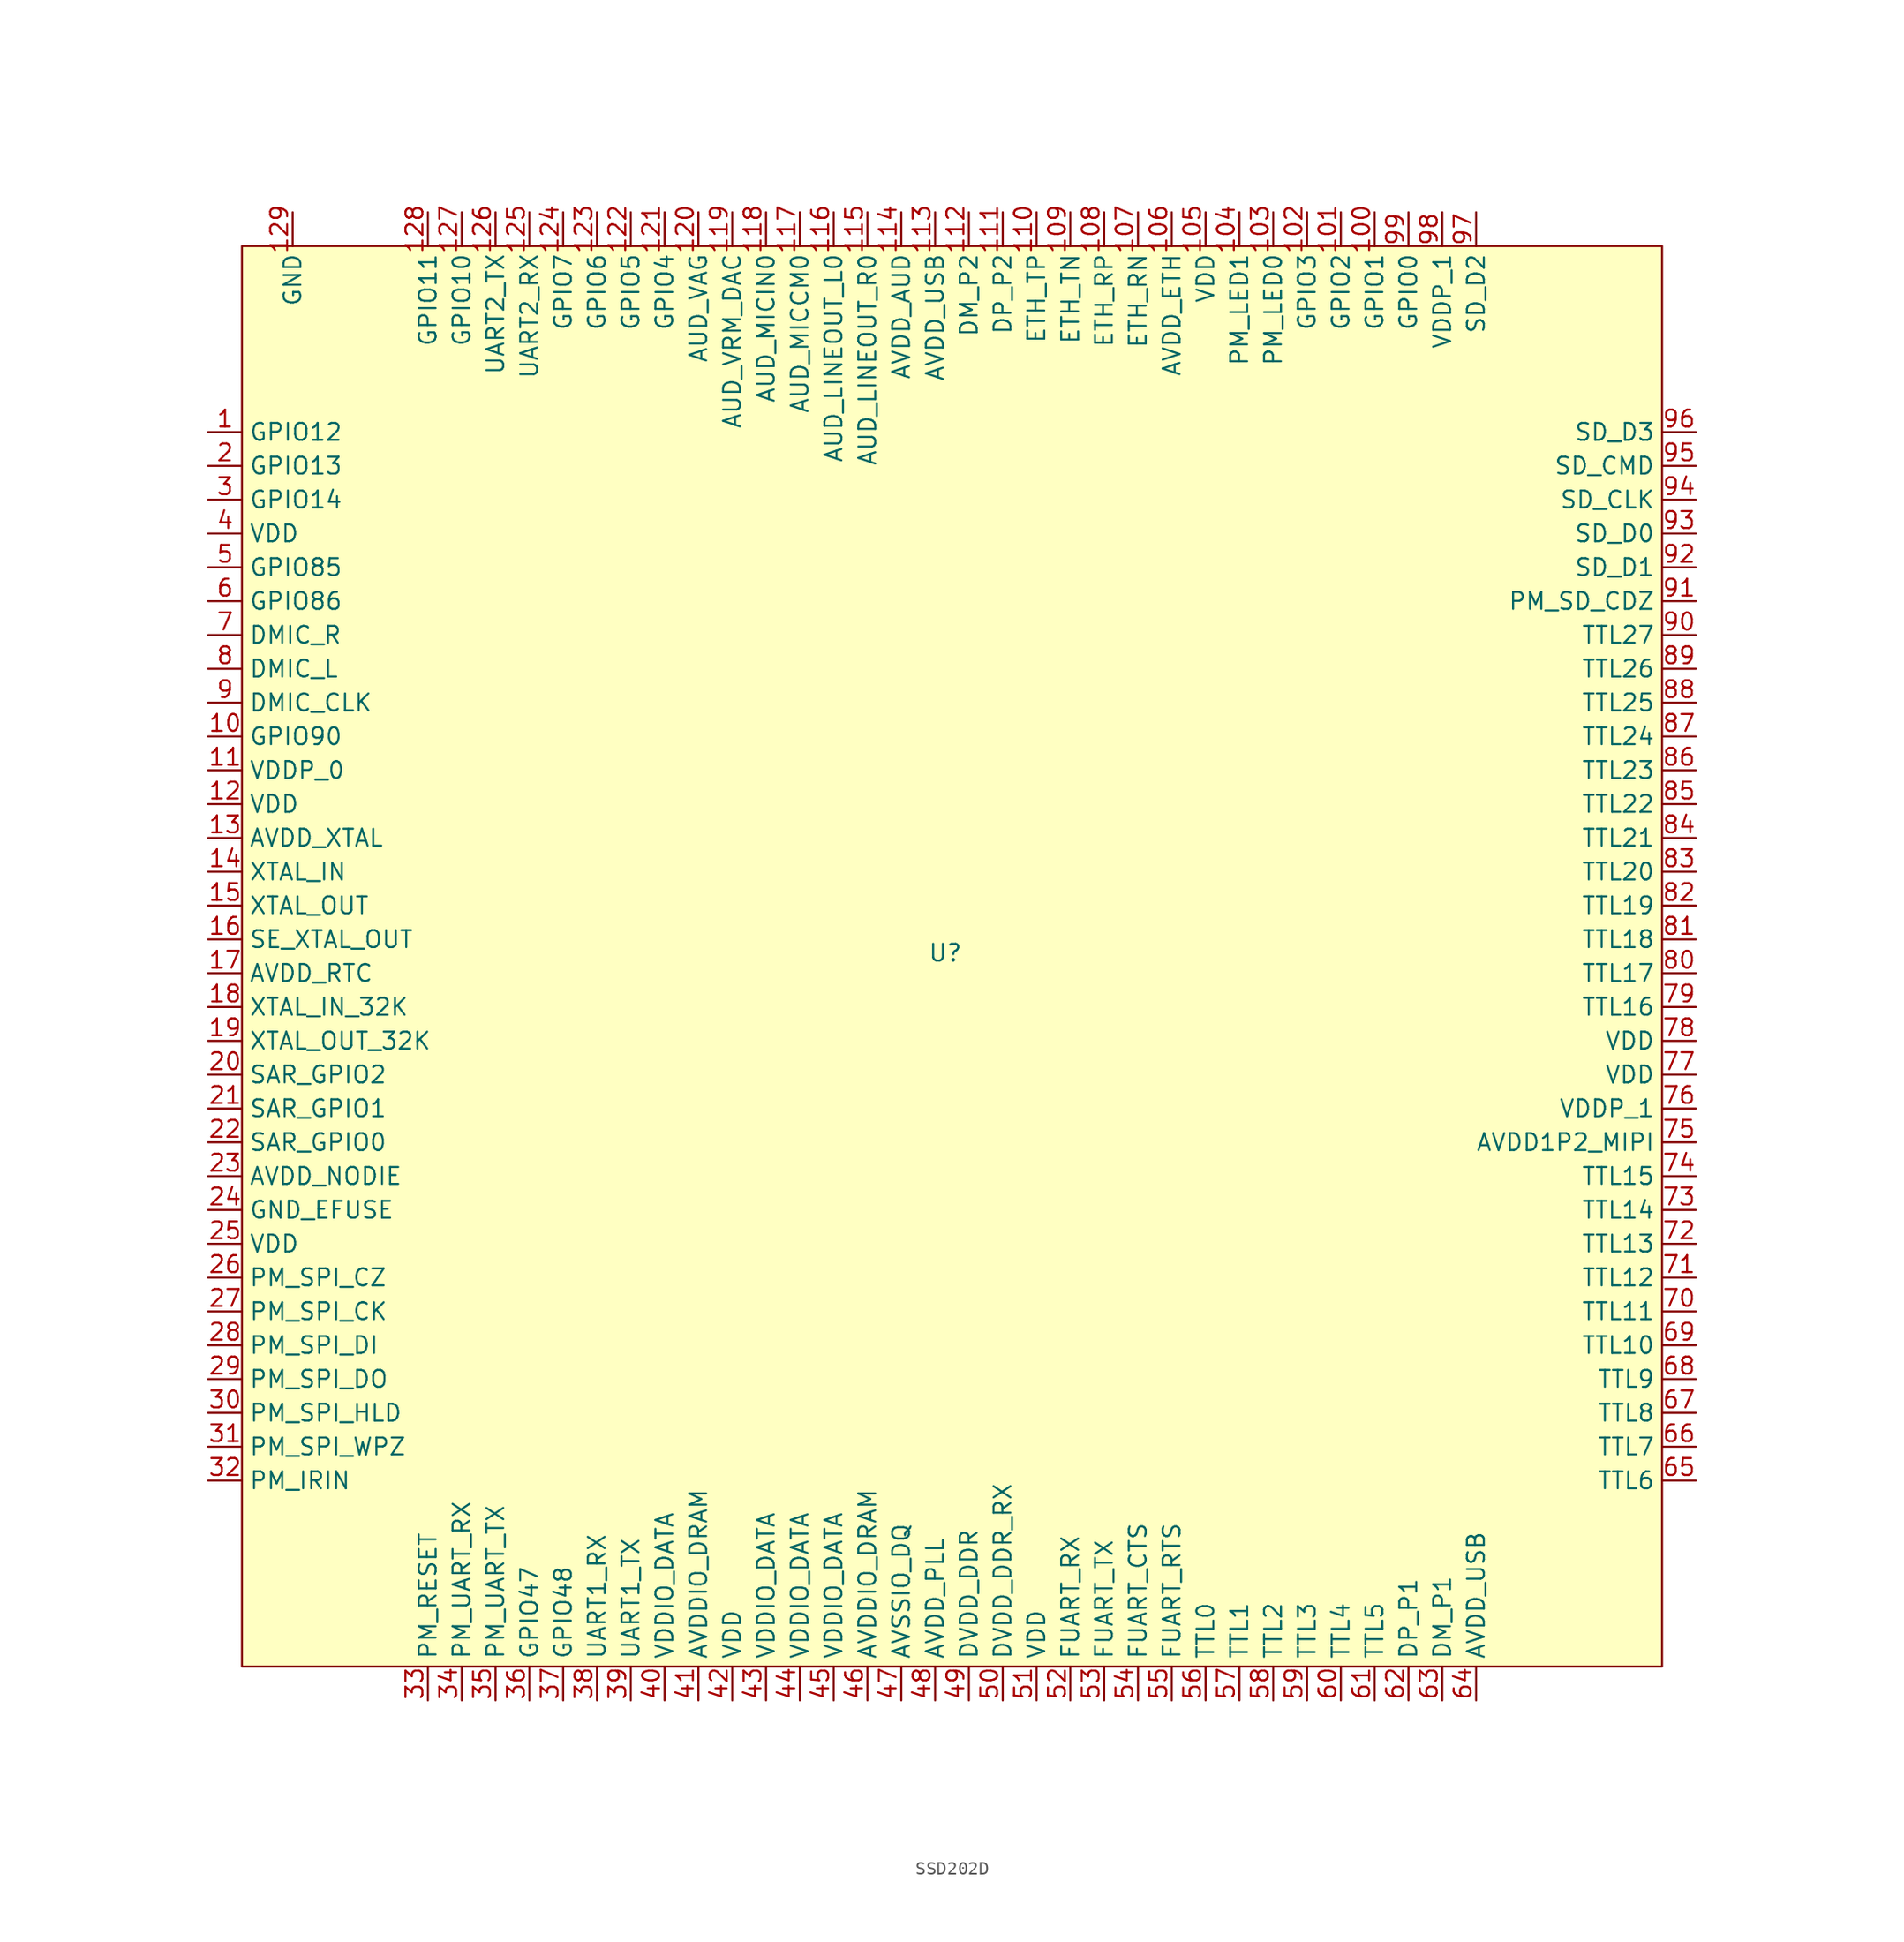
<source format=kicad_sym>
(kicad_symbol_lib
  (version 20231120)
  (generator "kicad_symbol_editor")
  (generator_version "8.0")
  (symbol "SSD202D"
    (property "Reference" "U"
      (at -0.508 0.254 0)
      (effects (font (size 1.27 1.27))))
    (property "Value" ""
      (at 0 0 0)
      (effects (font (size 1.27 1.27))))
    (symbol "SSD202D_1_1"
      (rectangle (start -53.34 53.34) (end 53.34 -53.34) (stroke (width 0) (type default)) (fill (type background)))
      (pin bidirectional line (at -55.88 39.37 0) (length 2.54) (name "GPIO12" (effects (font (size 1.27 1.27)))) (number "1" (effects (font (size 1.27 1.27)))))
      (pin bidirectional line (at -55.88 16.51 0) (length 2.54) (name "GPIO90" (effects (font (size 1.27 1.27)))) (number "10" (effects (font (size 1.27 1.27)))))
      (pin bidirectional line (at 31.75 55.88 270) (length 2.54) (name "GPIO1" (effects (font (size 1.27 1.27)))) (number "100" (effects (font (size 1.27 1.27)))))
      (pin bidirectional line (at 29.21 55.88 270) (length 2.54) (name "GPIO2" (effects (font (size 1.27 1.27)))) (number "101" (effects (font (size 1.27 1.27)))))
      (pin bidirectional line (at 26.67 55.88 270) (length 2.54) (name "GPIO3" (effects (font (size 1.27 1.27)))) (number "102" (effects (font (size 1.27 1.27)))))
      (pin output line (at 24.13 55.88 270) (length 2.54) (name "PM_LED0" (effects (font (size 1.27 1.27)))) (number "103" (effects (font (size 1.27 1.27)))))
      (pin output line (at 21.59 55.88 270) (length 2.54) (name "PM_LED1" (effects (font (size 1.27 1.27)))) (number "104" (effects (font (size 1.27 1.27)))))
      (pin power_in line (at 19.05 55.88 270) (length 2.54) (name "VDD" (effects (font (size 1.27 1.27)))) (number "105" (effects (font (size 1.27 1.27)))))
      (pin power_in line (at 16.51 55.88 270) (length 2.54) (name "AVDD_ETH" (effects (font (size 1.27 1.27)))) (number "106" (effects (font (size 1.27 1.27)))))
      (pin input line (at 13.97 55.88 270) (length 2.54) (name "ETH_RN" (effects (font (size 1.27 1.27)))) (number "107" (effects (font (size 1.27 1.27)))))
      (pin input line (at 11.43 55.88 270) (length 2.54) (name "ETH_RP" (effects (font (size 1.27 1.27)))) (number "108" (effects (font (size 1.27 1.27)))))
      (pin output line (at 8.89 55.88 270) (length 2.54) (name "ETH_TN" (effects (font (size 1.27 1.27)))) (number "109" (effects (font (size 1.27 1.27)))))
      (pin power_in line (at -55.88 13.97 0) (length 2.54) (name "VDDP_0" (effects (font (size 1.27 1.27)))) (number "11" (effects (font (size 1.27 1.27)))))
      (pin output line (at 6.35 55.88 270) (length 2.54) (name "ETH_TP" (effects (font (size 1.27 1.27)))) (number "110" (effects (font (size 1.27 1.27)))))
      (pin bidirectional line (at 3.81 55.88 270) (length 2.54) (name "DP_P2" (effects (font (size 1.27 1.27)))) (number "111" (effects (font (size 1.27 1.27)))))
      (pin bidirectional line (at 1.27 55.88 270) (length 2.54) (name "DM_P2" (effects (font (size 1.27 1.27)))) (number "112" (effects (font (size 1.27 1.27)))))
      (pin power_in line (at -1.27 55.88 270) (length 2.54) (name "AVDD_USB" (effects (font (size 1.27 1.27)))) (number "113" (effects (font (size 1.27 1.27)))))
      (pin power_in line (at -3.81 55.88 270) (length 2.54) (name "AVDD_AUD" (effects (font (size 1.27 1.27)))) (number "114" (effects (font (size 1.27 1.27)))))
      (pin output line (at -6.35 55.88 270) (length 2.54) (name "AUD_LINEOUT_R0" (effects (font (size 1.27 1.27)))) (number "115" (effects (font (size 1.27 1.27)))))
      (pin output line (at -8.89 55.88 270) (length 2.54) (name "AUD_LINEOUT_L0" (effects (font (size 1.27 1.27)))) (number "116" (effects (font (size 1.27 1.27)))))
      (pin input line (at -11.43 55.88 270) (length 2.54) (name "AUD_MICCM0" (effects (font (size 1.27 1.27)))) (number "117" (effects (font (size 1.27 1.27)))))
      (pin input line (at -13.97 55.88 270) (length 2.54) (name "AUD_MICIN0" (effects (font (size 1.27 1.27)))) (number "118" (effects (font (size 1.27 1.27)))))
      (pin input line (at -16.51 55.88 270) (length 2.54) (name "AUD_VRM_DAC" (effects (font (size 1.27 1.27)))) (number "119" (effects (font (size 1.27 1.27)))))
      (pin power_in line (at -55.88 11.43 0) (length 2.54) (name "VDD" (effects (font (size 1.27 1.27)))) (number "12" (effects (font (size 1.27 1.27)))))
      (pin output line (at -19.05 55.88 270) (length 2.54) (name "AUD_VAG" (effects (font (size 1.27 1.27)))) (number "120" (effects (font (size 1.27 1.27)))))
      (pin bidirectional line (at -21.59 55.88 270) (length 2.54) (name "GPIO4" (effects (font (size 1.27 1.27)))) (number "121" (effects (font (size 1.27 1.27)))))
      (pin bidirectional line (at -24.13 55.88 270) (length 2.54) (name "GPIO5" (effects (font (size 1.27 1.27)))) (number "122" (effects (font (size 1.27 1.27)))))
      (pin bidirectional line (at -26.67 55.88 270) (length 2.54) (name "GPIO6" (effects (font (size 1.27 1.27)))) (number "123" (effects (font (size 1.27 1.27)))))
      (pin bidirectional line (at -29.21 55.88 270) (length 2.54) (name "GPIO7" (effects (font (size 1.27 1.27)))) (number "124" (effects (font (size 1.27 1.27)))))
      (pin input line (at -31.75 55.88 270) (length 2.54) (name "UART2_RX" (effects (font (size 1.27 1.27)))) (number "125" (effects (font (size 1.27 1.27)))))
      (pin output line (at -34.29 55.88 270) (length 2.54) (name "UART2_TX" (effects (font (size 1.27 1.27)))) (number "126" (effects (font (size 1.27 1.27)))))
      (pin bidirectional line (at -36.83 55.88 270) (length 2.54) (name "GPIO10" (effects (font (size 1.27 1.27)))) (number "127" (effects (font (size 1.27 1.27)))))
      (pin bidirectional line (at -39.37 55.88 270) (length 2.54) (name "GPIO11" (effects (font (size 1.27 1.27)))) (number "128" (effects (font (size 1.27 1.27)))))
      (pin passive line (at -49.53 55.88 270) (length 2.54) (name "GND" (effects (font (size 1.27 1.27)))) (number "129" (effects (font (size 1.27 1.27)))))
      (pin power_in line (at -55.88 8.89 0) (length 2.54) (name "AVDD_XTAL" (effects (font (size 1.27 1.27)))) (number "13" (effects (font (size 1.27 1.27)))))
      (pin input line (at -55.88 6.35 0) (length 2.54) (name "XTAL_IN" (effects (font (size 1.27 1.27)))) (number "14" (effects (font (size 1.27 1.27)))))
      (pin output line (at -55.88 3.81 0) (length 2.54) (name "XTAL_OUT" (effects (font (size 1.27 1.27)))) (number "15" (effects (font (size 1.27 1.27)))))
      (pin output line (at -55.88 1.27 0) (length 2.54) (name "SE_XTAL_OUT" (effects (font (size 1.27 1.27)))) (number "16" (effects (font (size 1.27 1.27)))))
      (pin power_in line (at -55.88 -1.27 0) (length 2.54) (name "AVDD_RTC" (effects (font (size 1.27 1.27)))) (number "17" (effects (font (size 1.27 1.27)))))
      (pin input line (at -55.88 -3.81 0) (length 2.54) (name "XTAL_IN_32K" (effects (font (size 1.27 1.27)))) (number "18" (effects (font (size 1.27 1.27)))))
      (pin output line (at -55.88 -6.35 0) (length 2.54) (name "XTAL_OUT_32K" (effects (font (size 1.27 1.27)))) (number "19" (effects (font (size 1.27 1.27)))))
      (pin bidirectional line (at -55.88 36.83 0) (length 2.54) (name "GPIO13" (effects (font (size 1.27 1.27)))) (number "2" (effects (font (size 1.27 1.27)))))
      (pin input line (at -55.88 -8.89 0) (length 2.54) (name "SAR_GPIO2" (effects (font (size 1.27 1.27)))) (number "20" (effects (font (size 1.27 1.27)))))
      (pin input line (at -55.88 -11.43 0) (length 2.54) (name "SAR_GPIO1" (effects (font (size 1.27 1.27)))) (number "21" (effects (font (size 1.27 1.27)))))
      (pin input line (at -55.88 -13.97 0) (length 2.54) (name "SAR_GPIO0" (effects (font (size 1.27 1.27)))) (number "22" (effects (font (size 1.27 1.27)))))
      (pin power_in line (at -55.88 -16.51 0) (length 2.54) (name "AVDD_NODIE" (effects (font (size 1.27 1.27)))) (number "23" (effects (font (size 1.27 1.27)))))
      (pin input line (at -55.88 -19.05 0) (length 2.54) (name "GND_EFUSE" (effects (font (size 1.27 1.27)))) (number "24" (effects (font (size 1.27 1.27)))))
      (pin power_in line (at -55.88 -21.59 0) (length 2.54) (name "VDD" (effects (font (size 1.27 1.27)))) (number "25" (effects (font (size 1.27 1.27)))))
      (pin output line (at -55.88 -24.13 0) (length 2.54) (name "PM_SPI_CZ" (effects (font (size 1.27 1.27)))) (number "26" (effects (font (size 1.27 1.27)))))
      (pin output line (at -55.88 -26.67 0) (length 2.54) (name "PM_SPI_CK" (effects (font (size 1.27 1.27)))) (number "27" (effects (font (size 1.27 1.27)))))
      (pin output line (at -55.88 -29.21 0) (length 2.54) (name "PM_SPI_DI" (effects (font (size 1.27 1.27)))) (number "28" (effects (font (size 1.27 1.27)))))
      (pin input line (at -55.88 -31.75 0) (length 2.54) (name "PM_SPI_DO" (effects (font (size 1.27 1.27)))) (number "29" (effects (font (size 1.27 1.27)))))
      (pin bidirectional line (at -55.88 34.29 0) (length 2.54) (name "GPIO14" (effects (font (size 1.27 1.27)))) (number "3" (effects (font (size 1.27 1.27)))))
      (pin output line (at -55.88 -34.29 0) (length 2.54) (name "PM_SPI_HLD" (effects (font (size 1.27 1.27)))) (number "30" (effects (font (size 1.27 1.27)))))
      (pin output line (at -55.88 -36.83 0) (length 2.54) (name "PM_SPI_WPZ" (effects (font (size 1.27 1.27)))) (number "31" (effects (font (size 1.27 1.27)))))
      (pin input line (at -55.88 -39.37 0) (length 2.54) (name "PM_IRIN" (effects (font (size 1.27 1.27)))) (number "32" (effects (font (size 1.27 1.27)))))
      (pin input line (at -39.37 -55.88 90) (length 2.54) (name "PM_RESET" (effects (font (size 1.27 1.27)))) (number "33" (effects (font (size 1.27 1.27)))))
      (pin input line (at -36.83 -55.88 90) (length 2.54) (name "PM_UART_RX" (effects (font (size 1.27 1.27)))) (number "34" (effects (font (size 1.27 1.27)))))
      (pin output line (at -34.29 -55.88 90) (length 2.54) (name "PM_UART_TX" (effects (font (size 1.27 1.27)))) (number "35" (effects (font (size 1.27 1.27)))))
      (pin bidirectional line (at -31.75 -55.88 90) (length 2.54) (name "GPIO47" (effects (font (size 1.27 1.27)))) (number "36" (effects (font (size 1.27 1.27)))))
      (pin bidirectional line (at -29.21 -55.88 90) (length 2.54) (name "GPIO48" (effects (font (size 1.27 1.27)))) (number "37" (effects (font (size 1.27 1.27)))))
      (pin input line (at -26.67 -55.88 90) (length 2.54) (name "UART1_RX" (effects (font (size 1.27 1.27)))) (number "38" (effects (font (size 1.27 1.27)))))
      (pin output line (at -24.13 -55.88 90) (length 2.54) (name "UART1_TX" (effects (font (size 1.27 1.27)))) (number "39" (effects (font (size 1.27 1.27)))))
      (pin power_in line (at -55.88 31.75 0) (length 2.54) (name "VDD" (effects (font (size 1.27 1.27)))) (number "4" (effects (font (size 1.27 1.27)))))
      (pin power_in line (at -21.59 -55.88 90) (length 2.54) (name "VDDIO_DATA" (effects (font (size 1.27 1.27)))) (number "40" (effects (font (size 1.27 1.27)))))
      (pin power_in line (at -19.05 -55.88 90) (length 2.54) (name "AVDDIO_DRAM" (effects (font (size 1.27 1.27)))) (number "41" (effects (font (size 1.27 1.27)))))
      (pin power_in line (at -16.51 -55.88 90) (length 2.54) (name "VDD" (effects (font (size 1.27 1.27)))) (number "42" (effects (font (size 1.27 1.27)))))
      (pin power_in line (at -13.97 -55.88 90) (length 2.54) (name "VDDIO_DATA" (effects (font (size 1.27 1.27)))) (number "43" (effects (font (size 1.27 1.27)))))
      (pin power_in line (at -11.43 -55.88 90) (length 2.54) (name "VDDIO_DATA" (effects (font (size 1.27 1.27)))) (number "44" (effects (font (size 1.27 1.27)))))
      (pin power_in line (at -8.89 -55.88 90) (length 2.54) (name "VDDIO_DATA" (effects (font (size 1.27 1.27)))) (number "45" (effects (font (size 1.27 1.27)))))
      (pin power_in line (at -6.35 -55.88 90) (length 2.54) (name "AVDDIO_DRAM" (effects (font (size 1.27 1.27)))) (number "46" (effects (font (size 1.27 1.27)))))
      (pin passive line (at -3.81 -55.88 90) (length 2.54) (name "AVSSIO_DQ" (effects (font (size 1.27 1.27)))) (number "47" (effects (font (size 1.27 1.27)))))
      (pin power_in line (at -1.27 -55.88 90) (length 2.54) (name "AVDD_PLL" (effects (font (size 1.27 1.27)))) (number "48" (effects (font (size 1.27 1.27)))))
      (pin power_in line (at 1.27 -55.88 90) (length 2.54) (name "DVDD_DDR" (effects (font (size 1.27 1.27)))) (number "49" (effects (font (size 1.27 1.27)))))
      (pin bidirectional line (at -55.88 29.21 0) (length 2.54) (name "GPIO85" (effects (font (size 1.27 1.27)))) (number "5" (effects (font (size 1.27 1.27)))))
      (pin power_out line (at 3.81 -55.88 90) (length 2.54) (name "DVDD_DDR_RX" (effects (font (size 1.27 1.27)))) (number "50" (effects (font (size 1.27 1.27)))))
      (pin power_in line (at 6.35 -55.88 90) (length 2.54) (name "VDD" (effects (font (size 1.27 1.27)))) (number "51" (effects (font (size 1.27 1.27)))))
      (pin input line (at 8.89 -55.88 90) (length 2.54) (name "FUART_RX" (effects (font (size 1.27 1.27)))) (number "52" (effects (font (size 1.27 1.27)))))
      (pin output line (at 11.43 -55.88 90) (length 2.54) (name "FUART_TX" (effects (font (size 1.27 1.27)))) (number "53" (effects (font (size 1.27 1.27)))))
      (pin input line (at 13.97 -55.88 90) (length 2.54) (name "FUART_CTS" (effects (font (size 1.27 1.27)))) (number "54" (effects (font (size 1.27 1.27)))))
      (pin output line (at 16.51 -55.88 90) (length 2.54) (name "FUART_RTS" (effects (font (size 1.27 1.27)))) (number "55" (effects (font (size 1.27 1.27)))))
      (pin output line (at 19.05 -55.88 90) (length 2.54) (name "TTL0" (effects (font (size 1.27 1.27)))) (number "56" (effects (font (size 1.27 1.27)))))
      (pin output line (at 21.59 -55.88 90) (length 2.54) (name "TTL1" (effects (font (size 1.27 1.27)))) (number "57" (effects (font (size 1.27 1.27)))))
      (pin output line (at 24.13 -55.88 90) (length 2.54) (name "TTL2" (effects (font (size 1.27 1.27)))) (number "58" (effects (font (size 1.27 1.27)))))
      (pin output line (at 26.67 -55.88 90) (length 2.54) (name "TTL3" (effects (font (size 1.27 1.27)))) (number "59" (effects (font (size 1.27 1.27)))))
      (pin bidirectional line (at -55.88 26.67 0) (length 2.54) (name "GPIO86" (effects (font (size 1.27 1.27)))) (number "6" (effects (font (size 1.27 1.27)))))
      (pin output line (at 29.21 -55.88 90) (length 2.54) (name "TTL4" (effects (font (size 1.27 1.27)))) (number "60" (effects (font (size 1.27 1.27)))))
      (pin output line (at 31.75 -55.88 90) (length 2.54) (name "TTL5" (effects (font (size 1.27 1.27)))) (number "61" (effects (font (size 1.27 1.27)))))
      (pin bidirectional line (at 34.29 -55.88 90) (length 2.54) (name "DP_P1" (effects (font (size 1.27 1.27)))) (number "62" (effects (font (size 1.27 1.27)))))
      (pin bidirectional line (at 36.83 -55.88 90) (length 2.54) (name "DM_P1" (effects (font (size 1.27 1.27)))) (number "63" (effects (font (size 1.27 1.27)))))
      (pin power_in line (at 39.37 -55.88 90) (length 2.54) (name "AVDD_USB" (effects (font (size 1.27 1.27)))) (number "64" (effects (font (size 1.27 1.27)))))
      (pin output line (at 55.88 -39.37 180) (length 2.54) (name "TTL6" (effects (font (size 1.27 1.27)))) (number "65" (effects (font (size 1.27 1.27)))))
      (pin output line (at 55.88 -36.83 180) (length 2.54) (name "TTL7" (effects (font (size 1.27 1.27)))) (number "66" (effects (font (size 1.27 1.27)))))
      (pin output line (at 55.88 -34.29 180) (length 2.54) (name "TTL8" (effects (font (size 1.27 1.27)))) (number "67" (effects (font (size 1.27 1.27)))))
      (pin output line (at 55.88 -31.75 180) (length 2.54) (name "TTL9" (effects (font (size 1.27 1.27)))) (number "68" (effects (font (size 1.27 1.27)))))
      (pin output line (at 55.88 -29.21 180) (length 2.54) (name "TTL10" (effects (font (size 1.27 1.27)))) (number "69" (effects (font (size 1.27 1.27)))))
      (pin output line (at -55.88 24.13 0) (length 2.54) (name "DMIC_R" (effects (font (size 1.27 1.27)))) (number "7" (effects (font (size 1.27 1.27)))))
      (pin output line (at 55.88 -26.67 180) (length 2.54) (name "TTL11" (effects (font (size 1.27 1.27)))) (number "70" (effects (font (size 1.27 1.27)))))
      (pin output line (at 55.88 -24.13 180) (length 2.54) (name "TTL12" (effects (font (size 1.27 1.27)))) (number "71" (effects (font (size 1.27 1.27)))))
      (pin output line (at 55.88 -21.59 180) (length 2.54) (name "TTL13" (effects (font (size 1.27 1.27)))) (number "72" (effects (font (size 1.27 1.27)))))
      (pin output line (at 55.88 -19.05 180) (length 2.54) (name "TTL14" (effects (font (size 1.27 1.27)))) (number "73" (effects (font (size 1.27 1.27)))))
      (pin output line (at 55.88 -16.51 180) (length 2.54) (name "TTL15" (effects (font (size 1.27 1.27)))) (number "74" (effects (font (size 1.27 1.27)))))
      (pin power_out line (at 55.88 -13.97 180) (length 2.54) (name "AVDD1P2_MIPI" (effects (font (size 1.27 1.27)))) (number "75" (effects (font (size 1.27 1.27)))))
      (pin power_in line (at 55.88 -11.43 180) (length 2.54) (name "VDDP_1" (effects (font (size 1.27 1.27)))) (number "76" (effects (font (size 1.27 1.27)))))
      (pin power_in line (at 55.88 -8.89 180) (length 2.54) (name "VDD" (effects (font (size 1.27 1.27)))) (number "77" (effects (font (size 1.27 1.27)))))
      (pin power_in line (at 55.88 -6.35 180) (length 2.54) (name "VDD" (effects (font (size 1.27 1.27)))) (number "78" (effects (font (size 1.27 1.27)))))
      (pin output line (at 55.88 -3.81 180) (length 2.54) (name "TTL16" (effects (font (size 1.27 1.27)))) (number "79" (effects (font (size 1.27 1.27)))))
      (pin bidirectional line (at -55.88 21.59 0) (length 2.54) (name "DMIC_L" (effects (font (size 1.27 1.27)))) (number "8" (effects (font (size 1.27 1.27)))))
      (pin output line (at 55.88 -1.27 180) (length 2.54) (name "TTL17" (effects (font (size 1.27 1.27)))) (number "80" (effects (font (size 1.27 1.27)))))
      (pin output line (at 55.88 1.27 180) (length 2.54) (name "TTL18" (effects (font (size 1.27 1.27)))) (number "81" (effects (font (size 1.27 1.27)))))
      (pin output line (at 55.88 3.81 180) (length 2.54) (name "TTL19" (effects (font (size 1.27 1.27)))) (number "82" (effects (font (size 1.27 1.27)))))
      (pin output line (at 55.88 6.35 180) (length 2.54) (name "TTL20" (effects (font (size 1.27 1.27)))) (number "83" (effects (font (size 1.27 1.27)))))
      (pin output line (at 55.88 8.89 180) (length 2.54) (name "TTL21" (effects (font (size 1.27 1.27)))) (number "84" (effects (font (size 1.27 1.27)))))
      (pin output line (at 55.88 11.43 180) (length 2.54) (name "TTL22" (effects (font (size 1.27 1.27)))) (number "85" (effects (font (size 1.27 1.27)))))
      (pin output line (at 55.88 13.97 180) (length 2.54) (name "TTL23" (effects (font (size 1.27 1.27)))) (number "86" (effects (font (size 1.27 1.27)))))
      (pin output line (at 55.88 16.51 180) (length 2.54) (name "TTL24" (effects (font (size 1.27 1.27)))) (number "87" (effects (font (size 1.27 1.27)))))
      (pin output line (at 55.88 19.05 180) (length 2.54) (name "TTL25" (effects (font (size 1.27 1.27)))) (number "88" (effects (font (size 1.27 1.27)))))
      (pin output line (at 55.88 21.59 180) (length 2.54) (name "TTL26" (effects (font (size 1.27 1.27)))) (number "89" (effects (font (size 1.27 1.27)))))
      (pin input line (at -55.88 19.05 0) (length 2.54) (name "DMIC_CLK" (effects (font (size 1.27 1.27)))) (number "9" (effects (font (size 1.27 1.27)))))
      (pin output line (at 55.88 24.13 180) (length 2.54) (name "TTL27" (effects (font (size 1.27 1.27)))) (number "90" (effects (font (size 1.27 1.27)))))
      (pin input line (at 55.88 26.67 180) (length 2.54) (name "PM_SD_CDZ" (effects (font (size 1.27 1.27)))) (number "91" (effects (font (size 1.27 1.27)))))
      (pin bidirectional line (at 55.88 29.21 180) (length 2.54) (name "SD_D1" (effects (font (size 1.27 1.27)))) (number "92" (effects (font (size 1.27 1.27)))))
      (pin bidirectional line (at 55.88 31.75 180) (length 2.54) (name "SD_D0" (effects (font (size 1.27 1.27)))) (number "93" (effects (font (size 1.27 1.27)))))
      (pin output line (at 55.88 34.29 180) (length 2.54) (name "SD_CLK" (effects (font (size 1.27 1.27)))) (number "94" (effects (font (size 1.27 1.27)))))
      (pin output line (at 55.88 36.83 180) (length 2.54) (name "SD_CMD" (effects (font (size 1.27 1.27)))) (number "95" (effects (font (size 1.27 1.27)))))
      (pin bidirectional line (at 55.88 39.37 180) (length 2.54) (name "SD_D3" (effects (font (size 1.27 1.27)))) (number "96" (effects (font (size 1.27 1.27)))))
      (pin bidirectional line (at 39.37 55.88 270) (length 2.54) (name "SD_D2" (effects (font (size 1.27 1.27)))) (number "97" (effects (font (size 1.27 1.27)))))
      (pin power_in line (at 36.83 55.88 270) (length 2.54) (name "VDDP_1" (effects (font (size 1.27 1.27)))) (number "98" (effects (font (size 1.27 1.27)))))
      (pin bidirectional line (at 34.29 55.88 270) (length 2.54) (name "GPIO0" (effects (font (size 1.27 1.27)))) (number "99" (effects (font (size 1.27 1.27))))))))
</source>
